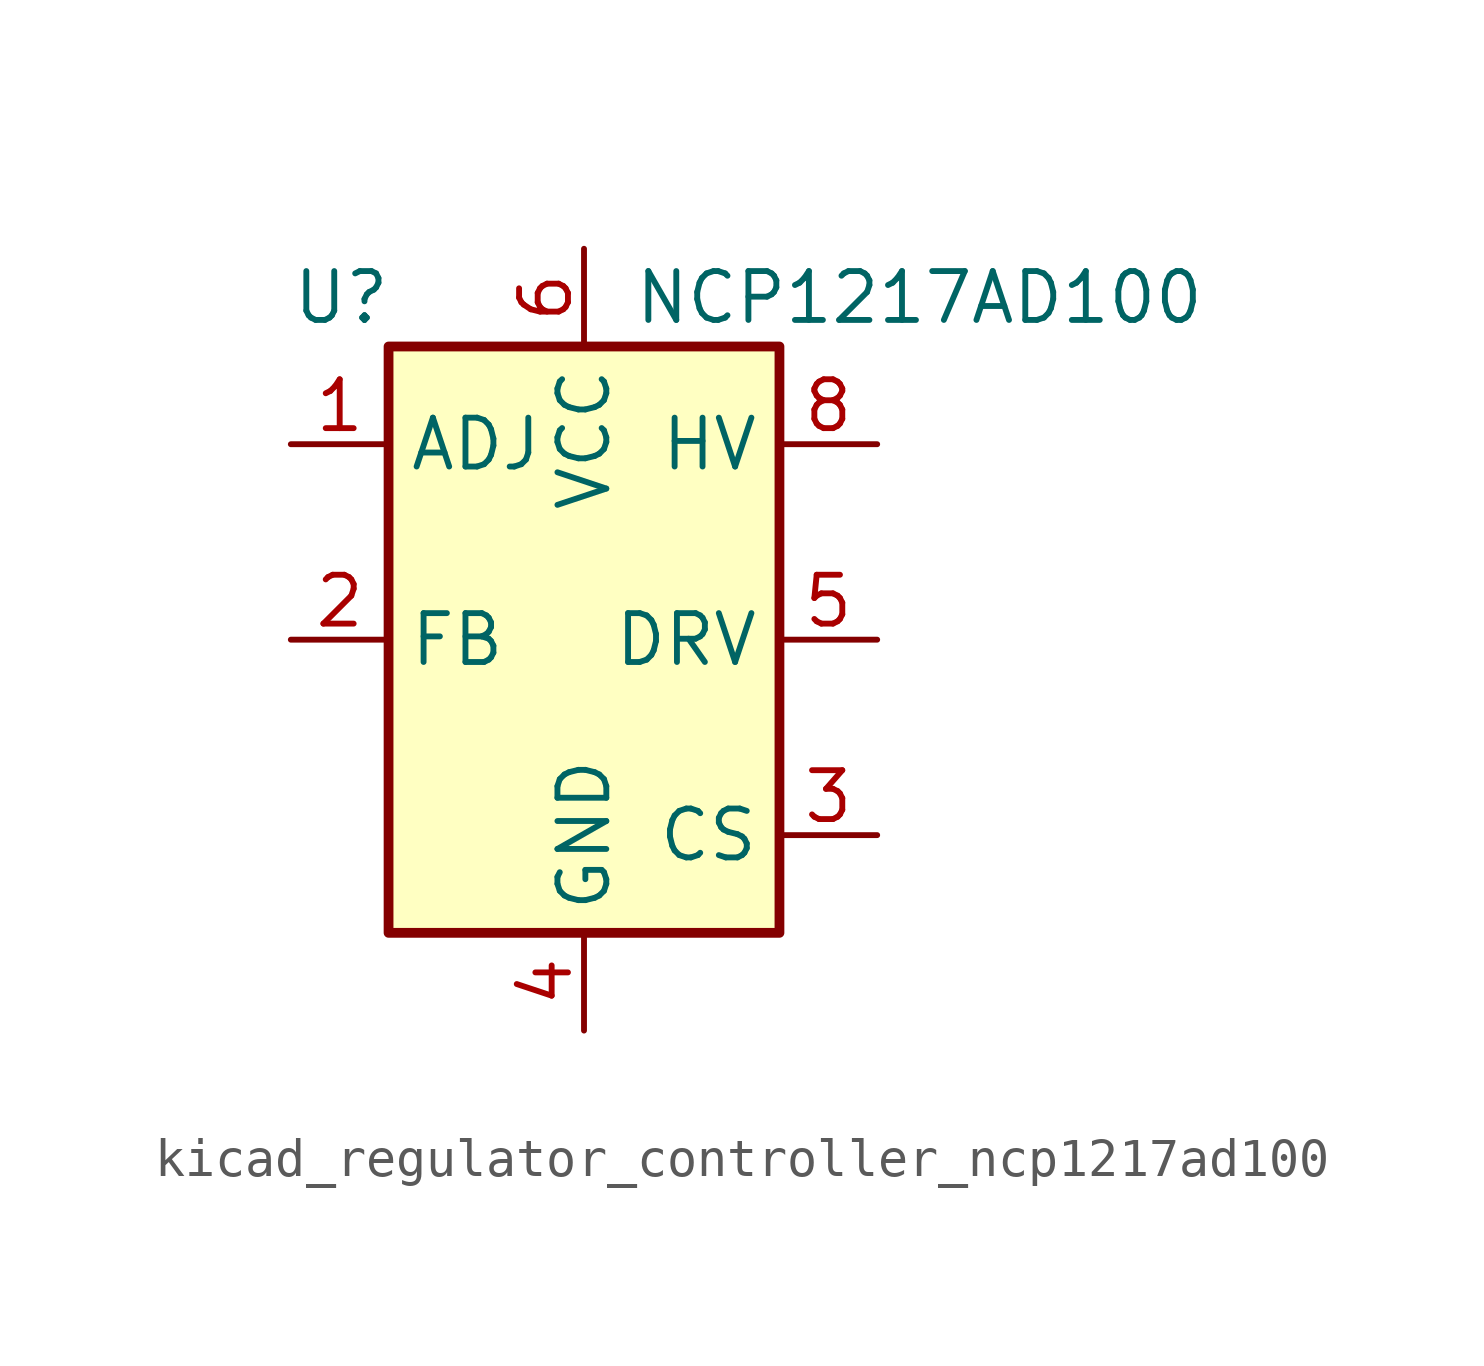
<source format=kicad_sym>
(kicad_symbol_lib
  (version 20220914)
  (generator kicad_symbol_editor)
  (symbol "kicad_regulator_controller_ncp1217ad100"
    (property "Reference" "U"
      (at -7.62 8.89 0)
      (effects (font (size 1.27 1.27)) (justify left)))
    (property "Value" "NCP1217AD100"
      (at 1.27 8.89 0)
      (effects (font (size 1.27 1.27)) (justify left)))
    (symbol "kicad_regulator_controller_ncp1217ad100_0_0"
      (rectangle (start -5.08 7.62) (end 5.08 -7.62) (stroke (width 0.254) (type default)) (fill (type background))))
    (symbol "kicad_regulator_controller_ncp1217ad100_1_1"
      (pin input line (at -7.62 5.08 0) (length 2.54) (name "ADJ" (effects (font (size 1.27 1.27)))) (number "1" (effects (font (size 1.27 1.27)))))
      (pin input line (at -7.62 0 0) (length 2.54) (name "FB" (effects (font (size 1.27 1.27)))) (number "2" (effects (font (size 1.27 1.27)))))
      (pin input line (at 7.62 -5.08 180) (length 2.54) (name "CS" (effects (font (size 1.27 1.27)))) (number "3" (effects (font (size 1.27 1.27)))))
      (pin power_in line (at 0 -10.16 90) (length 2.54) (name "GND" (effects (font (size 1.27 1.27)))) (number "4" (effects (font (size 1.27 1.27)))))
      (pin output line (at 7.62 0 180) (length 2.54) (name "DRV" (effects (font (size 1.27 1.27)))) (number "5" (effects (font (size 1.27 1.27)))))
      (pin power_in line (at 0 10.16 270) (length 2.54) (name "VCC" (effects (font (size 1.27 1.27)))) (number "6" (effects (font (size 1.27 1.27)))))
      (pin no_connect line (at -5.08 2.54 0) (length 2.54) hide (name "NC" (effects (font (size 1.27 1.27)))) (number "7" (effects (font (size 1.27 1.27)))))
      (pin input line (at 7.62 5.08 180) (length 2.54) (name "HV" (effects (font (size 1.27 1.27)))) (number "8" (effects (font (size 1.27 1.27))))))))
</source>
